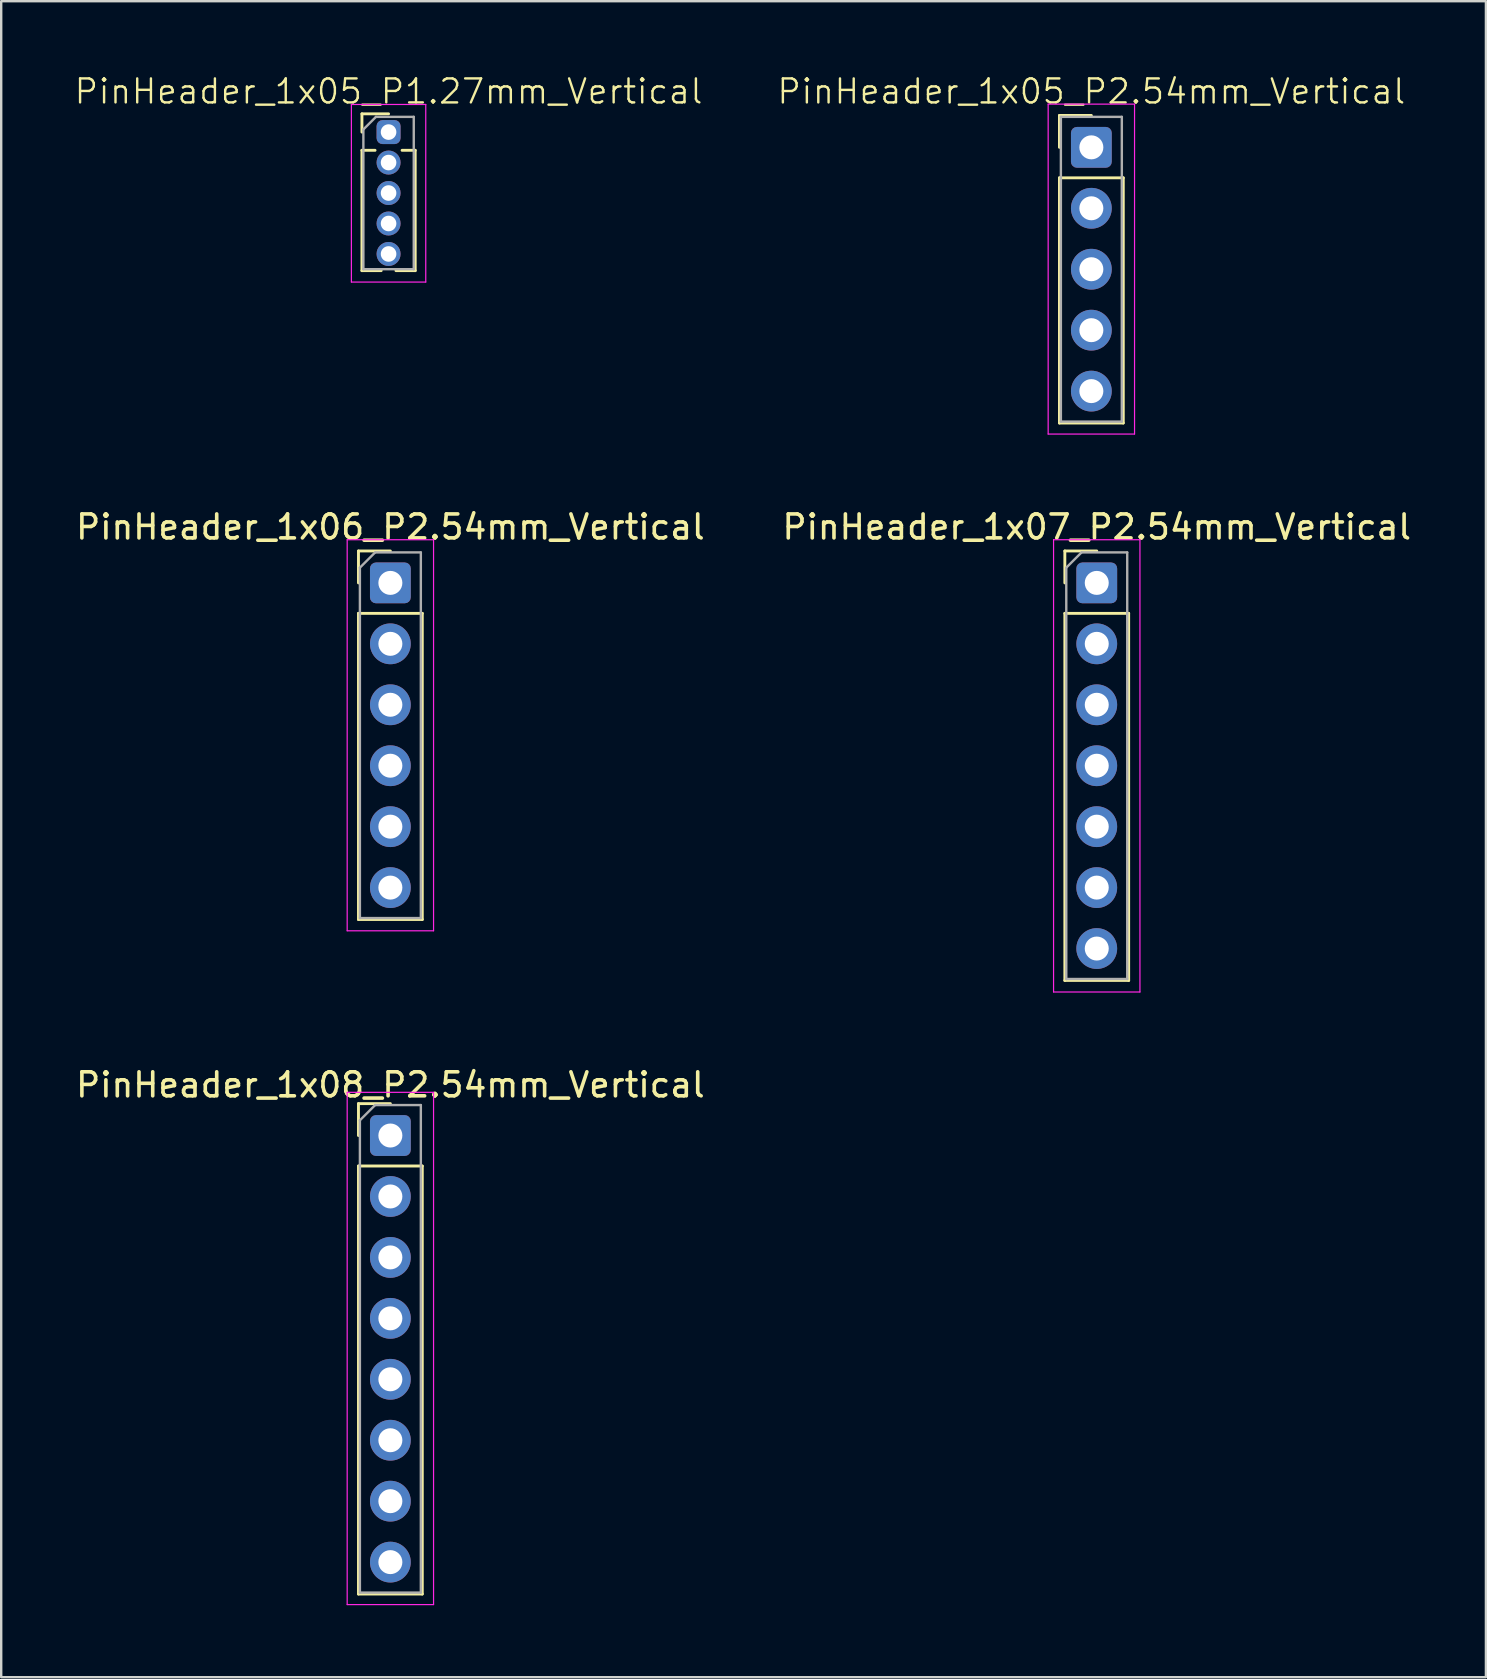
<source format=kicad_pcb>
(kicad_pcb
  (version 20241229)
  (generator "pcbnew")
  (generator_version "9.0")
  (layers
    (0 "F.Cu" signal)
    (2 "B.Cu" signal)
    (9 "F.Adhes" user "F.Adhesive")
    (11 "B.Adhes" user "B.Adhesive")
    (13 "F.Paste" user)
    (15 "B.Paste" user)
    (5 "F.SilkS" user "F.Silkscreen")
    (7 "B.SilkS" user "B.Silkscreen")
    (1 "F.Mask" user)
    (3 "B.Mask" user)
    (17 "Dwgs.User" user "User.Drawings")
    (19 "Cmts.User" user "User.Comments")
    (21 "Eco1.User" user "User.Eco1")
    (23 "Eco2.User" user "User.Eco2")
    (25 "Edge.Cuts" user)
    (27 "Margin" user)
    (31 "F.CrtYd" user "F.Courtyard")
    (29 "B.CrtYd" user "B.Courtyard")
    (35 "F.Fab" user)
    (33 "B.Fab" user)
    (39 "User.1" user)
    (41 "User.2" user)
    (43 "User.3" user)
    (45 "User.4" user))
  (footprint "PinHeader_1x07_P2.54mm_Vertical"
    (layer "F.Cu")
    (at 42.661 28.864)
    (property "Reference" "PinHeader_1x07_P2.54mm_Vertical" (at 0 -9.95 0) (layer "F.SilkS") (effects (font (size 1 1) (thickness 0.15))))
    (attr through_hole)
    (fp_line (start -1.33 -8.95) (end 0 -8.95) (stroke (width 0.12) (type solid)) (layer "F.SilkS"))
    (fp_line (start -1.33 -7.62) (end -1.33 -8.95) (stroke (width 0.12) (type solid)) (layer "F.SilkS"))
    (fp_line (start -1.33 -6.35) (end -1.33 8.95) (stroke (width 0.12) (type solid)) (layer "F.SilkS"))
    (fp_line (start -1.33 -6.35) (end 1.33 -6.35) (stroke (width 0.12) (type solid)) (layer "F.SilkS"))
    (fp_line (start -1.33 8.95) (end 1.33 8.95) (stroke (width 0.12) (type solid)) (layer "F.SilkS"))
    (fp_line (start 1.33 -6.35) (end 1.33 8.95) (stroke (width 0.12) (type solid)) (layer "F.SilkS"))
    (fp_line (start -1.8 -9.42) (end -1.8 9.43) (stroke (width 0.05) (type solid)) (layer "F.CrtYd"))
    (fp_line (start -1.8 9.43) (end 1.8 9.43) (stroke (width 0.05) (type solid)) (layer "F.CrtYd"))
    (fp_line (start 1.8 -9.42) (end -1.8 -9.42) (stroke (width 0.05) (type solid)) (layer "F.CrtYd"))
    (fp_line (start 1.8 9.43) (end 1.8 -9.42) (stroke (width 0.05) (type solid)) (layer "F.CrtYd"))
    (fp_line (start -1.27 -8.255) (end -0.635 -8.89) (stroke (width 0.1) (type solid)) (layer "F.Fab"))
    (fp_line (start -1.27 8.89) (end -1.27 -8.255) (stroke (width 0.1) (type solid)) (layer "F.Fab"))
    (fp_line (start -0.635 -8.89) (end 1.27 -8.89) (stroke (width 0.1) (type solid)) (layer "F.Fab"))
    (fp_line (start 1.27 -8.89) (end 1.27 8.89) (stroke (width 0.1) (type solid)) (layer "F.Fab"))
    (fp_line (start 1.27 8.89) (end -1.27 8.89) (stroke (width 0.1) (type solid)) (layer "F.Fab"))
    (pad "1" thru_hole roundrect (at 0 -7.62) (size 1.7 1.7) (drill 1) (layers "*.Cu" "*.Mask") (roundrect_rratio 0.147))
    (pad "2" thru_hole oval (at 0 -5.08) (size 1.7 1.7) (drill 1) (layers "*.Cu" "*.Mask"))
    (pad "3" thru_hole oval (at 0 -2.54) (size 1.7 1.7) (drill 1) (layers "*.Cu" "*.Mask"))
    (pad "4" thru_hole oval (at 0 0) (size 1.7 1.7) (drill 1) (layers "*.Cu" "*.Mask"))
    (pad "5" thru_hole oval (at 0 2.54) (size 1.7 1.7) (drill 1) (layers "*.Cu" "*.Mask"))
    (pad "6" thru_hole oval (at 0 5.08) (size 1.7 1.7) (drill 1) (layers "*.Cu" "*.Mask"))
    (pad "7" thru_hole oval (at 0 7.62) (size 1.7 1.7) (drill 1) (layers "*.Cu" "*.Mask")))
  (footprint "PinHeader_1x06_P2.54mm_Vertical"
    (layer "F.Cu")
    (at 13.22 27.594)
    (property "Reference" "PinHeader_1x06_P2.54mm_Vertical" (at 0 -8.68 0) (layer "F.SilkS") (effects (font (size 1 1) (thickness 0.15))))
    (attr through_hole)
    (fp_line (start -1.33 -7.68) (end 0 -7.68) (stroke (width 0.12) (type solid)) (layer "F.SilkS"))
    (fp_line (start -1.33 -6.35) (end -1.33 -7.68) (stroke (width 0.12) (type solid)) (layer "F.SilkS"))
    (fp_line (start -1.33 -5.08) (end -1.33 7.68) (stroke (width 0.12) (type solid)) (layer "F.SilkS"))
    (fp_line (start -1.33 -5.08) (end 1.33 -5.08) (stroke (width 0.12) (type solid)) (layer "F.SilkS"))
    (fp_line (start -1.33 7.68) (end 1.33 7.68) (stroke (width 0.12) (type solid)) (layer "F.SilkS"))
    (fp_line (start 1.33 -5.08) (end 1.33 7.68) (stroke (width 0.12) (type solid)) (layer "F.SilkS"))
    (fp_line (start -1.8 -8.15) (end -1.8 8.15) (stroke (width 0.05) (type solid)) (layer "F.CrtYd"))
    (fp_line (start -1.8 8.15) (end 1.8 8.15) (stroke (width 0.05) (type solid)) (layer "F.CrtYd"))
    (fp_line (start 1.8 -8.15) (end -1.8 -8.15) (stroke (width 0.05) (type solid)) (layer "F.CrtYd"))
    (fp_line (start 1.8 8.15) (end 1.8 -8.15) (stroke (width 0.05) (type solid)) (layer "F.CrtYd"))
    (fp_line (start -1.27 -6.985) (end -0.635 -7.62) (stroke (width 0.1) (type solid)) (layer "F.Fab"))
    (fp_line (start -1.27 7.62) (end -1.27 -6.985) (stroke (width 0.1) (type solid)) (layer "F.Fab"))
    (fp_line (start -0.635 -7.62) (end 1.27 -7.62) (stroke (width 0.1) (type solid)) (layer "F.Fab"))
    (fp_line (start 1.27 -7.62) (end 1.27 7.62) (stroke (width 0.1) (type solid)) (layer "F.Fab"))
    (fp_line (start 1.27 7.62) (end -1.27 7.62) (stroke (width 0.1) (type solid)) (layer "F.Fab"))
    (pad "1" thru_hole roundrect (at 0 -6.35) (size 1.7 1.7) (drill 1) (layers "*.Cu" "*.Mask") (roundrect_rratio 0.147))
    (pad "2" thru_hole oval (at 0 -3.81) (size 1.7 1.7) (drill 1) (layers "*.Cu" "*.Mask"))
    (pad "3" thru_hole oval (at 0 -1.27) (size 1.7 1.7) (drill 1) (layers "*.Cu" "*.Mask"))
    (pad "4" thru_hole oval (at 0 1.27) (size 1.7 1.7) (drill 1) (layers "*.Cu" "*.Mask"))
    (pad "5" thru_hole oval (at 0 3.81) (size 1.7 1.7) (drill 1) (layers "*.Cu" "*.Mask"))
    (pad "6" thru_hole oval (at 0 6.35) (size 1.7 1.7) (drill 1) (layers "*.Cu" "*.Mask")))
  (footprint "PinHeader_1x05_P2.54mm_Vertical"
    (layer "F.Cu")
    (at 42.436 8.171)
    (property "Reference" "PinHeader_1x05_P2.54mm_Vertical" (at 0 -7.41 0) (layer "F.SilkS") (effects (font (size 1 1) (thickness 0.1))))
    (attr through_hole)
    (fp_line (start -1.33 -6.41) (end 0 -6.41) (stroke (width 0.12) (type solid)) (layer "F.SilkS"))
    (fp_line (start -1.33 -5.08) (end -1.33 -6.41) (stroke (width 0.12) (type solid)) (layer "F.SilkS"))
    (fp_line (start -1.33 -3.81) (end -1.33 6.41) (stroke (width 0.12) (type solid)) (layer "F.SilkS"))
    (fp_line (start -1.33 -3.81) (end 1.33 -3.81) (stroke (width 0.12) (type solid)) (layer "F.SilkS"))
    (fp_line (start -1.33 6.41) (end 1.33 6.41) (stroke (width 0.12) (type solid)) (layer "F.SilkS"))
    (fp_line (start 1.33 -3.81) (end 1.33 6.41) (stroke (width 0.12) (type solid)) (layer "F.SilkS"))
    (fp_line (start -1.8 -6.88) (end -1.8 6.87) (stroke (width 0.05) (type solid)) (layer "F.CrtYd"))
    (fp_line (start -1.8 6.87) (end 1.8 6.87) (stroke (width 0.05) (type solid)) (layer "F.CrtYd"))
    (fp_line (start 1.8 -6.88) (end -1.8 -6.88) (stroke (width 0.05) (type solid)) (layer "F.CrtYd"))
    (fp_line (start 1.8 6.87) (end 1.8 -6.88) (stroke (width 0.05) (type solid)) (layer "F.CrtYd"))
    (fp_line (start -1.27 -6.35) (end 1.27 -6.35) (stroke (width 0.1) (type solid)) (layer "F.Fab"))
    (fp_line (start -1.27 6.35) (end -1.27 -6.35) (stroke (width 0.1) (type solid)) (layer "F.Fab"))
    (fp_line (start 1.27 -6.35) (end 1.27 6.35) (stroke (width 0.1) (type solid)) (layer "F.Fab"))
    (fp_line (start 1.27 6.35) (end -1.27 6.35) (stroke (width 0.1) (type solid)) (layer "F.Fab"))
    (pad "1" thru_hole roundrect (at 0 -5.08) (size 1.7 1.7) (drill 1) (layers "*.Cu" "*.Mask") (roundrect_rratio 0.147))
    (pad "2" thru_hole oval (at 0 -2.54) (size 1.7 1.7) (drill 1) (layers "*.Cu" "*.Mask"))
    (pad "3" thru_hole oval (at 0 0) (size 1.7 1.7) (drill 1) (layers "*.Cu" "*.Mask"))
    (pad "4" thru_hole oval (at 0 2.54) (size 1.7 1.7) (drill 1) (layers "*.Cu" "*.Mask"))
    (pad "5" thru_hole oval (at 0 5.08) (size 1.7 1.7) (drill 1) (layers "*.Cu" "*.Mask")))
  (footprint "PinHeader_1x08_P2.54mm_Vertical"
    (layer "F.Cu")
    (at 13.22 53.167)
    (property "Reference" "PinHeader_1x08_P2.54mm_Vertical" (at 0 -11 0) (layer "F.SilkS") (effects (font (size 1 1) (thickness 0.15))))
    (attr through_hole)
    (fp_line (start -1.33 -10.22) (end 0 -10.22) (stroke (width 0.12) (type solid)) (layer "F.SilkS"))
    (fp_line (start -1.33 -8.89) (end -1.33 -10.22) (stroke (width 0.12) (type solid)) (layer "F.SilkS"))
    (fp_line (start -1.33 -7.62) (end -1.33 10.22) (stroke (width 0.12) (type solid)) (layer "F.SilkS"))
    (fp_line (start -1.33 -7.62) (end 1.33 -7.62) (stroke (width 0.12) (type solid)) (layer "F.SilkS"))
    (fp_line (start -1.33 10.22) (end 1.33 10.22) (stroke (width 0.12) (type solid)) (layer "F.SilkS"))
    (fp_line (start 1.33 -7.62) (end 1.33 10.22) (stroke (width 0.12) (type solid)) (layer "F.SilkS"))
    (fp_line (start -1.8 -10.69) (end -1.8 10.66) (stroke (width 0.05) (type solid)) (layer "F.CrtYd"))
    (fp_line (start -1.8 10.66) (end 1.8 10.66) (stroke (width 0.05) (type solid)) (layer "F.CrtYd"))
    (fp_line (start 1.8 -10.69) (end -1.8 -10.69) (stroke (width 0.05) (type solid)) (layer "F.CrtYd"))
    (fp_line (start 1.8 10.66) (end 1.8 -10.69) (stroke (width 0.05) (type solid)) (layer "F.CrtYd"))
    (fp_line (start -1.27 -9.525) (end -0.635 -10.16) (stroke (width 0.1) (type solid)) (layer "F.Fab"))
    (fp_line (start -1.27 10.16) (end -1.27 -9.525) (stroke (width 0.1) (type solid)) (layer "F.Fab"))
    (fp_line (start -0.635 -10.16) (end 1.27 -10.16) (stroke (width 0.1) (type solid)) (layer "F.Fab"))
    (fp_line (start 1.27 -10.16) (end 1.27 10.16) (stroke (width 0.1) (type solid)) (layer "F.Fab"))
    (fp_line (start 1.27 10.16) (end -1.27 10.16) (stroke (width 0.1) (type solid)) (layer "F.Fab"))
    (pad "1" thru_hole roundrect (at 0 -8.89) (size 1.7 1.7) (drill 1) (layers "*.Cu" "*.Mask") (roundrect_rratio 0.147))
    (pad "2" thru_hole oval (at 0 -6.35) (size 1.7 1.7) (drill 1) (layers "*.Cu" "*.Mask"))
    (pad "3" thru_hole oval (at 0 -3.81) (size 1.7 1.7) (drill 1) (layers "*.Cu" "*.Mask"))
    (pad "4" thru_hole oval (at 0 -1.27) (size 1.7 1.7) (drill 1) (layers "*.Cu" "*.Mask"))
    (pad "5" thru_hole oval (at 0 1.27) (size 1.7 1.7) (drill 1) (layers "*.Cu" "*.Mask"))
    (pad "6" thru_hole oval (at 0 3.81) (size 1.7 1.7) (drill 1) (layers "*.Cu" "*.Mask"))
    (pad "7" thru_hole oval (at 0 6.35) (size 1.7 1.7) (drill 1) (layers "*.Cu" "*.Mask"))
    (pad "8" thru_hole oval (at 0 8.89) (size 1.7 1.7) (drill 1) (layers "*.Cu" "*.Mask")))
  (footprint "PinHeader_1x05_P1.27mm_Vertical"
    (layer "F.Cu")
    (at 13.145 2.455)
    (property "Reference" "PinHeader_1x05_P1.27mm_Vertical" (at 0 -1.695 0) (layer "F.SilkS") (effects (font (size 1 1) (thickness 0.1))))
    (attr through_hole)
    (fp_line (start -1.11 -0.76) (end 0 -0.76) (stroke (width 0.12) (type solid)) (layer "F.SilkS"))
    (fp_line (start -1.11 0) (end -1.11 -0.76) (stroke (width 0.12) (type solid)) (layer "F.SilkS"))
    (fp_line (start -1.11 0.76) (end -1.11 5.775) (stroke (width 0.12) (type solid)) (layer "F.SilkS"))
    (fp_line (start -1.11 0.76) (end -0.563 0.76) (stroke (width 0.12) (type solid)) (layer "F.SilkS"))
    (fp_line (start -1.11 5.775) (end -0.308 5.775) (stroke (width 0.12) (type solid)) (layer "F.SilkS"))
    (fp_line (start 0.308 5.775) (end 1.11 5.775) (stroke (width 0.12) (type solid)) (layer "F.SilkS"))
    (fp_line (start 0.563 0.76) (end 1.11 0.76) (stroke (width 0.12) (type solid)) (layer "F.SilkS"))
    (fp_line (start 1.11 0.76) (end 1.11 5.775) (stroke (width 0.12) (type solid)) (layer "F.SilkS"))
    (fp_line (start -1.55 -1.15) (end -1.55 6.25) (stroke (width 0.05) (type solid)) (layer "F.CrtYd"))
    (fp_line (start -1.55 6.25) (end 1.55 6.25) (stroke (width 0.05) (type solid)) (layer "F.CrtYd"))
    (fp_line (start 1.55 -1.15) (end -1.55 -1.15) (stroke (width 0.05) (type solid)) (layer "F.CrtYd"))
    (fp_line (start 1.55 6.25) (end 1.55 -1.15) (stroke (width 0.05) (type solid)) (layer "F.CrtYd"))
    (fp_line (start -1.05 -0.11) (end -0.525 -0.635) (stroke (width 0.1) (type solid)) (layer "F.Fab"))
    (fp_line (start -1.05 5.715) (end -1.05 -0.11) (stroke (width 0.1) (type solid)) (layer "F.Fab"))
    (fp_line (start -0.525 -0.635) (end 1.05 -0.635) (stroke (width 0.1) (type solid)) (layer "F.Fab"))
    (fp_line (start 1.05 -0.635) (end 1.05 5.715) (stroke (width 0.1) (type solid)) (layer "F.Fab"))
    (fp_line (start 1.05 5.715) (end -1.05 5.715) (stroke (width 0.1) (type solid)) (layer "F.Fab"))
    (pad "1" thru_hole roundrect (at 0 0) (size 1 1) (drill 0.65) (layers "*.Cu" "*.Mask") (roundrect_rratio 0.25))
    (pad "2" thru_hole oval (at 0 1.27) (size 1 1) (drill 0.65) (layers "*.Cu" "*.Mask"))
    (pad "3" thru_hole oval (at 0 2.54) (size 1 1) (drill 0.65) (layers "*.Cu" "*.Mask"))
    (pad "4" thru_hole oval (at 0 3.81) (size 1 1) (drill 0.65) (layers "*.Cu" "*.Mask"))
    (pad "5" thru_hole oval (at 0 5.08) (size 1 1) (drill 0.65) (layers "*.Cu" "*.Mask")))
  (gr_rect
    (start -3 -3)
    (end 58.881 66.852)
    (stroke (width 0.1) (type default))
    (fill no)
    (layer "Edge.Cuts")))
</source>
